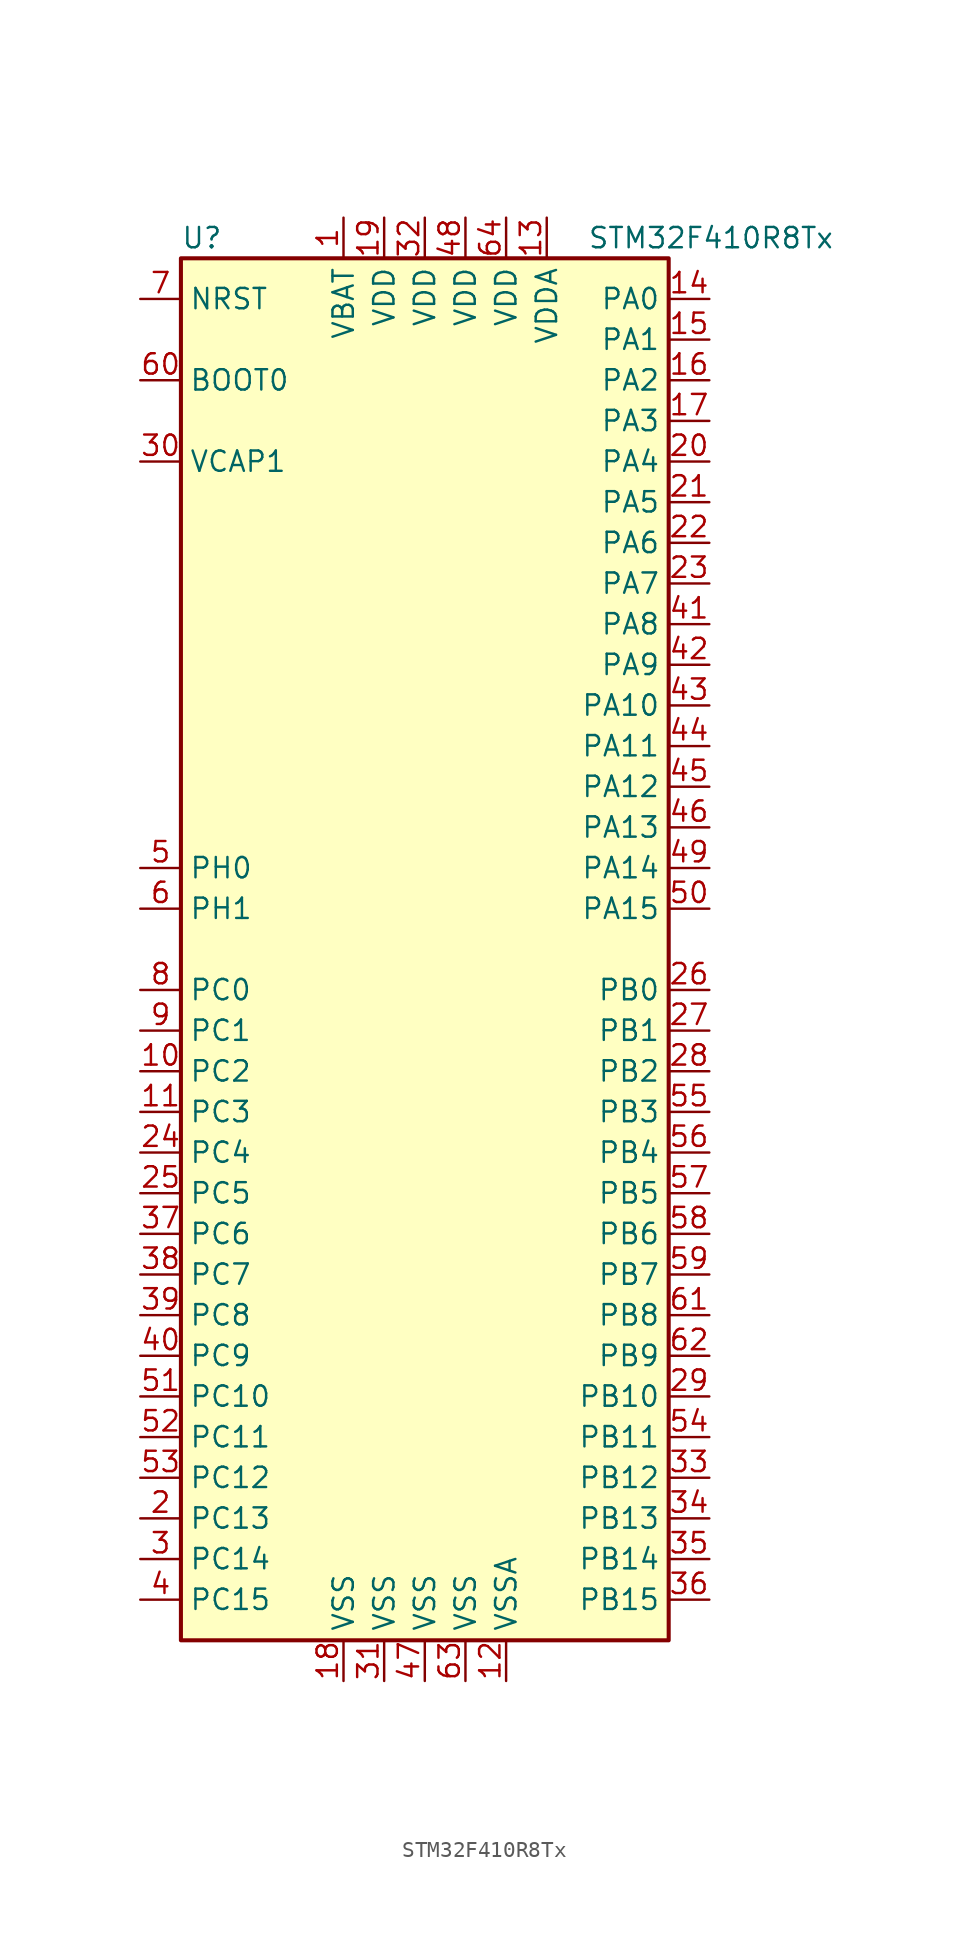
<source format=kicad_sym>
(kicad_symbol_lib
  (version 20211014)
  (generator kicad_symbol_editor)
  (symbol "STM32F410R8Tx"
    (property "Reference" "U"
      (at -15.24 44.45 0)
      (effects (font (size 1.27 1.27)) (justify left)))
    (property "Value" "STM32F410R8Tx"
      (at 10.16 44.45 0)
      (effects (font (size 1.27 1.27)) (justify left)))
    (symbol "STM32F410R8Tx_0_1"
      (rectangle (start -15.24 -43.18) (end 15.24 43.18) (stroke (width 0.254) (type default) (color 0 0 0 0)) (fill (type background))))
    (symbol "STM32F410R8Tx_1_1"
      (pin power_in line (at -5.08 45.72 270) (length 2.54) (name "VBAT" (effects (font (size 1.27 1.27)))) (number "1" (effects (font (size 1.27 1.27)))))
      (pin bidirectional line (at -17.78 -7.62 0) (length 2.54) (name "PC2" (effects (font (size 1.27 1.27)))) (number "10" (effects (font (size 1.27 1.27)))))
      (pin bidirectional line (at -17.78 -10.16 0) (length 2.54) (name "PC3" (effects (font (size 1.27 1.27)))) (number "11" (effects (font (size 1.27 1.27)))))
      (pin power_in line (at 5.08 -45.72 90) (length 2.54) (name "VSSA" (effects (font (size 1.27 1.27)))) (number "12" (effects (font (size 1.27 1.27)))))
      (pin power_in line (at 7.62 45.72 270) (length 2.54) (name "VDDA" (effects (font (size 1.27 1.27)))) (number "13" (effects (font (size 1.27 1.27)))))
      (pin bidirectional line (at 17.78 40.64 180) (length 2.54) (name "PA0" (effects (font (size 1.27 1.27)))) (number "14" (effects (font (size 1.27 1.27)))))
      (pin bidirectional line (at 17.78 38.1 180) (length 2.54) (name "PA1" (effects (font (size 1.27 1.27)))) (number "15" (effects (font (size 1.27 1.27)))))
      (pin bidirectional line (at 17.78 35.56 180) (length 2.54) (name "PA2" (effects (font (size 1.27 1.27)))) (number "16" (effects (font (size 1.27 1.27)))))
      (pin bidirectional line (at 17.78 33.02 180) (length 2.54) (name "PA3" (effects (font (size 1.27 1.27)))) (number "17" (effects (font (size 1.27 1.27)))))
      (pin power_in line (at -5.08 -45.72 90) (length 2.54) (name "VSS" (effects (font (size 1.27 1.27)))) (number "18" (effects (font (size 1.27 1.27)))))
      (pin power_in line (at -2.54 45.72 270) (length 2.54) (name "VDD" (effects (font (size 1.27 1.27)))) (number "19" (effects (font (size 1.27 1.27)))))
      (pin bidirectional line (at -17.78 -35.56 0) (length 2.54) (name "PC13" (effects (font (size 1.27 1.27)))) (number "2" (effects (font (size 1.27 1.27)))))
      (pin bidirectional line (at 17.78 30.48 180) (length 2.54) (name "PA4" (effects (font (size 1.27 1.27)))) (number "20" (effects (font (size 1.27 1.27)))))
      (pin bidirectional line (at 17.78 27.94 180) (length 2.54) (name "PA5" (effects (font (size 1.27 1.27)))) (number "21" (effects (font (size 1.27 1.27)))))
      (pin bidirectional line (at 17.78 25.4 180) (length 2.54) (name "PA6" (effects (font (size 1.27 1.27)))) (number "22" (effects (font (size 1.27 1.27)))))
      (pin bidirectional line (at 17.78 22.86 180) (length 2.54) (name "PA7" (effects (font (size 1.27 1.27)))) (number "23" (effects (font (size 1.27 1.27)))))
      (pin bidirectional line (at -17.78 -12.7 0) (length 2.54) (name "PC4" (effects (font (size 1.27 1.27)))) (number "24" (effects (font (size 1.27 1.27)))))
      (pin bidirectional line (at -17.78 -15.24 0) (length 2.54) (name "PC5" (effects (font (size 1.27 1.27)))) (number "25" (effects (font (size 1.27 1.27)))))
      (pin bidirectional line (at 17.78 -2.54 180) (length 2.54) (name "PB0" (effects (font (size 1.27 1.27)))) (number "26" (effects (font (size 1.27 1.27)))))
      (pin bidirectional line (at 17.78 -5.08 180) (length 2.54) (name "PB1" (effects (font (size 1.27 1.27)))) (number "27" (effects (font (size 1.27 1.27)))))
      (pin bidirectional line (at 17.78 -7.62 180) (length 2.54) (name "PB2" (effects (font (size 1.27 1.27)))) (number "28" (effects (font (size 1.27 1.27)))))
      (pin bidirectional line (at 17.78 -27.94 180) (length 2.54) (name "PB10" (effects (font (size 1.27 1.27)))) (number "29" (effects (font (size 1.27 1.27)))))
      (pin bidirectional line (at -17.78 -38.1 0) (length 2.54) (name "PC14" (effects (font (size 1.27 1.27)))) (number "3" (effects (font (size 1.27 1.27)))))
      (pin power_in line (at -17.78 30.48 0) (length 2.54) (name "VCAP1" (effects (font (size 1.27 1.27)))) (number "30" (effects (font (size 1.27 1.27)))))
      (pin power_in line (at -2.54 -45.72 90) (length 2.54) (name "VSS" (effects (font (size 1.27 1.27)))) (number "31" (effects (font (size 1.27 1.27)))))
      (pin power_in line (at 0 45.72 270) (length 2.54) (name "VDD" (effects (font (size 1.27 1.27)))) (number "32" (effects (font (size 1.27 1.27)))))
      (pin bidirectional line (at 17.78 -33.02 180) (length 2.54) (name "PB12" (effects (font (size 1.27 1.27)))) (number "33" (effects (font (size 1.27 1.27)))))
      (pin bidirectional line (at 17.78 -35.56 180) (length 2.54) (name "PB13" (effects (font (size 1.27 1.27)))) (number "34" (effects (font (size 1.27 1.27)))))
      (pin bidirectional line (at 17.78 -38.1 180) (length 2.54) (name "PB14" (effects (font (size 1.27 1.27)))) (number "35" (effects (font (size 1.27 1.27)))))
      (pin bidirectional line (at 17.78 -40.64 180) (length 2.54) (name "PB15" (effects (font (size 1.27 1.27)))) (number "36" (effects (font (size 1.27 1.27)))))
      (pin bidirectional line (at -17.78 -17.78 0) (length 2.54) (name "PC6" (effects (font (size 1.27 1.27)))) (number "37" (effects (font (size 1.27 1.27)))))
      (pin bidirectional line (at -17.78 -20.32 0) (length 2.54) (name "PC7" (effects (font (size 1.27 1.27)))) (number "38" (effects (font (size 1.27 1.27)))))
      (pin bidirectional line (at -17.78 -22.86 0) (length 2.54) (name "PC8" (effects (font (size 1.27 1.27)))) (number "39" (effects (font (size 1.27 1.27)))))
      (pin bidirectional line (at -17.78 -40.64 0) (length 2.54) (name "PC15" (effects (font (size 1.27 1.27)))) (number "4" (effects (font (size 1.27 1.27)))))
      (pin bidirectional line (at -17.78 -25.4 0) (length 2.54) (name "PC9" (effects (font (size 1.27 1.27)))) (number "40" (effects (font (size 1.27 1.27)))))
      (pin bidirectional line (at 17.78 20.32 180) (length 2.54) (name "PA8" (effects (font (size 1.27 1.27)))) (number "41" (effects (font (size 1.27 1.27)))))
      (pin bidirectional line (at 17.78 17.78 180) (length 2.54) (name "PA9" (effects (font (size 1.27 1.27)))) (number "42" (effects (font (size 1.27 1.27)))))
      (pin bidirectional line (at 17.78 15.24 180) (length 2.54) (name "PA10" (effects (font (size 1.27 1.27)))) (number "43" (effects (font (size 1.27 1.27)))))
      (pin bidirectional line (at 17.78 12.7 180) (length 2.54) (name "PA11" (effects (font (size 1.27 1.27)))) (number "44" (effects (font (size 1.27 1.27)))))
      (pin bidirectional line (at 17.78 10.16 180) (length 2.54) (name "PA12" (effects (font (size 1.27 1.27)))) (number "45" (effects (font (size 1.27 1.27)))))
      (pin bidirectional line (at 17.78 7.62 180) (length 2.54) (name "PA13" (effects (font (size 1.27 1.27)))) (number "46" (effects (font (size 1.27 1.27)))))
      (pin power_in line (at 0 -45.72 90) (length 2.54) (name "VSS" (effects (font (size 1.27 1.27)))) (number "47" (effects (font (size 1.27 1.27)))))
      (pin power_in line (at 2.54 45.72 270) (length 2.54) (name "VDD" (effects (font (size 1.27 1.27)))) (number "48" (effects (font (size 1.27 1.27)))))
      (pin bidirectional line (at 17.78 5.08 180) (length 2.54) (name "PA14" (effects (font (size 1.27 1.27)))) (number "49" (effects (font (size 1.27 1.27)))))
      (pin input line (at -17.78 5.08 0) (length 2.54) (name "PH0" (effects (font (size 1.27 1.27)))) (number "5" (effects (font (size 1.27 1.27)))))
      (pin bidirectional line (at 17.78 2.54 180) (length 2.54) (name "PA15" (effects (font (size 1.27 1.27)))) (number "50" (effects (font (size 1.27 1.27)))))
      (pin bidirectional line (at -17.78 -27.94 0) (length 2.54) (name "PC10" (effects (font (size 1.27 1.27)))) (number "51" (effects (font (size 1.27 1.27)))))
      (pin bidirectional line (at -17.78 -30.48 0) (length 2.54) (name "PC11" (effects (font (size 1.27 1.27)))) (number "52" (effects (font (size 1.27 1.27)))))
      (pin bidirectional line (at -17.78 -33.02 0) (length 2.54) (name "PC12" (effects (font (size 1.27 1.27)))) (number "53" (effects (font (size 1.27 1.27)))))
      (pin bidirectional line (at 17.78 -30.48 180) (length 2.54) (name "PB11" (effects (font (size 1.27 1.27)))) (number "54" (effects (font (size 1.27 1.27)))))
      (pin bidirectional line (at 17.78 -10.16 180) (length 2.54) (name "PB3" (effects (font (size 1.27 1.27)))) (number "55" (effects (font (size 1.27 1.27)))))
      (pin bidirectional line (at 17.78 -12.7 180) (length 2.54) (name "PB4" (effects (font (size 1.27 1.27)))) (number "56" (effects (font (size 1.27 1.27)))))
      (pin bidirectional line (at 17.78 -15.24 180) (length 2.54) (name "PB5" (effects (font (size 1.27 1.27)))) (number "57" (effects (font (size 1.27 1.27)))))
      (pin bidirectional line (at 17.78 -17.78 180) (length 2.54) (name "PB6" (effects (font (size 1.27 1.27)))) (number "58" (effects (font (size 1.27 1.27)))))
      (pin bidirectional line (at 17.78 -20.32 180) (length 2.54) (name "PB7" (effects (font (size 1.27 1.27)))) (number "59" (effects (font (size 1.27 1.27)))))
      (pin input line (at -17.78 2.54 0) (length 2.54) (name "PH1" (effects (font (size 1.27 1.27)))) (number "6" (effects (font (size 1.27 1.27)))))
      (pin input line (at -17.78 35.56 0) (length 2.54) (name "BOOT0" (effects (font (size 1.27 1.27)))) (number "60" (effects (font (size 1.27 1.27)))))
      (pin bidirectional line (at 17.78 -22.86 180) (length 2.54) (name "PB8" (effects (font (size 1.27 1.27)))) (number "61" (effects (font (size 1.27 1.27)))))
      (pin bidirectional line (at 17.78 -25.4 180) (length 2.54) (name "PB9" (effects (font (size 1.27 1.27)))) (number "62" (effects (font (size 1.27 1.27)))))
      (pin power_in line (at 2.54 -45.72 90) (length 2.54) (name "VSS" (effects (font (size 1.27 1.27)))) (number "63" (effects (font (size 1.27 1.27)))))
      (pin power_in line (at 5.08 45.72 270) (length 2.54) (name "VDD" (effects (font (size 1.27 1.27)))) (number "64" (effects (font (size 1.27 1.27)))))
      (pin input line (at -17.78 40.64 0) (length 2.54) (name "NRST" (effects (font (size 1.27 1.27)))) (number "7" (effects (font (size 1.27 1.27)))))
      (pin bidirectional line (at -17.78 -2.54 0) (length 2.54) (name "PC0" (effects (font (size 1.27 1.27)))) (number "8" (effects (font (size 1.27 1.27)))))
      (pin bidirectional line (at -17.78 -5.08 0) (length 2.54) (name "PC1" (effects (font (size 1.27 1.27)))) (number "9" (effects (font (size 1.27 1.27))))))))
</source>
